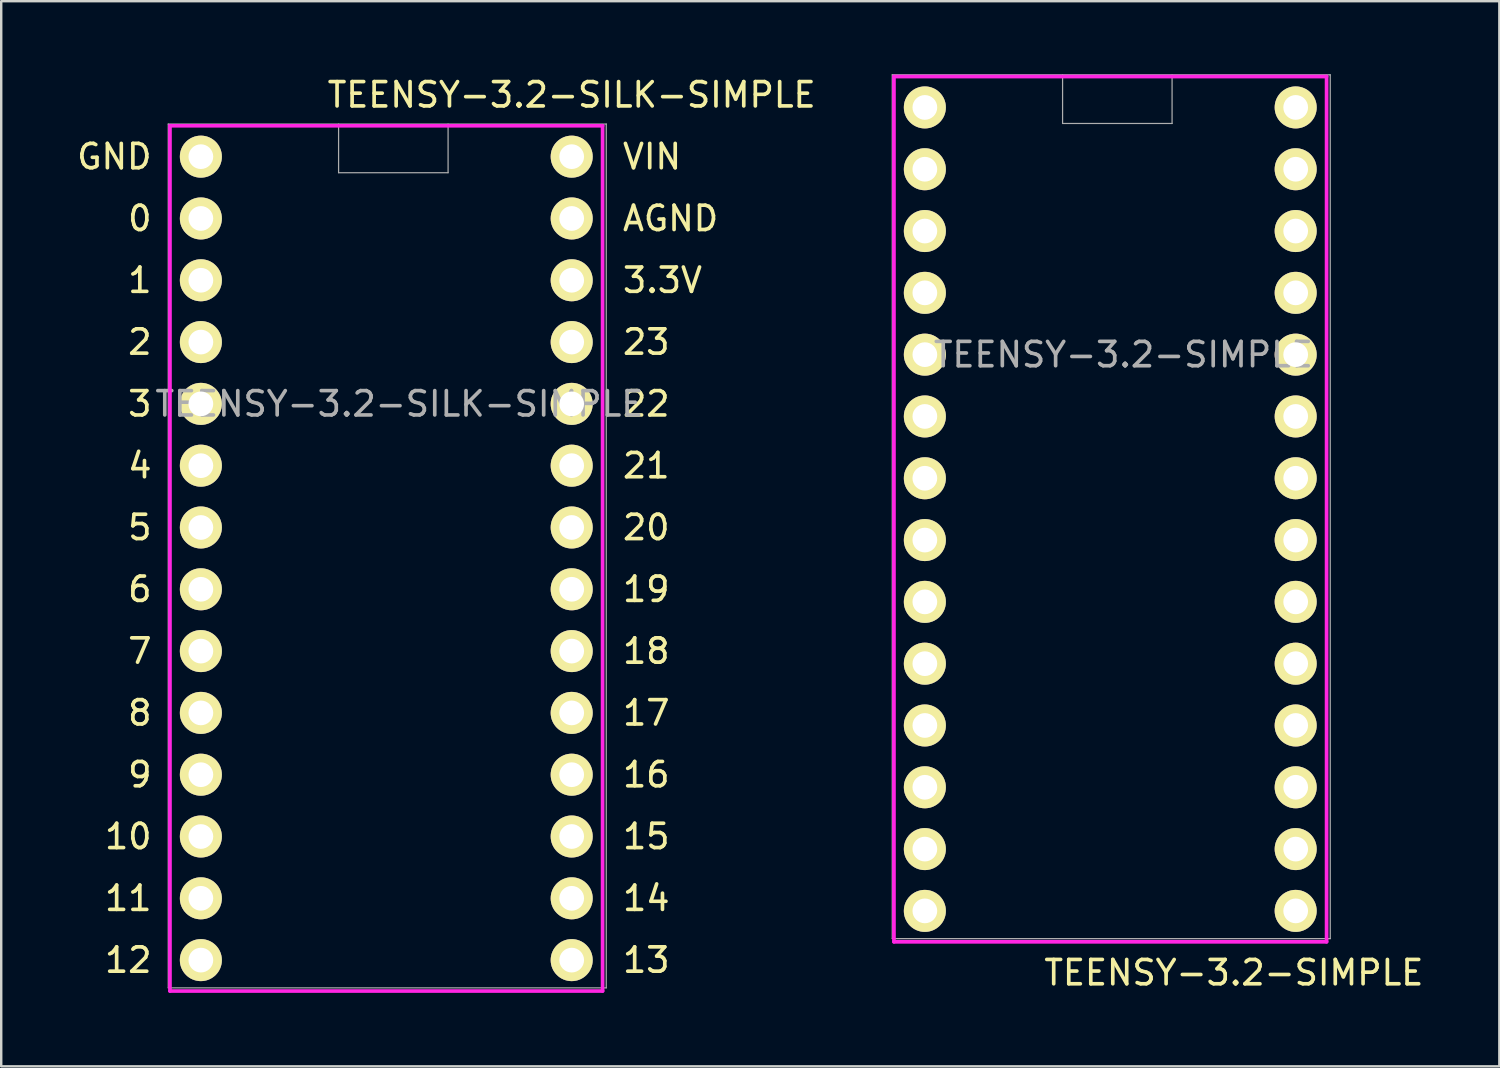
<source format=kicad_pcb>
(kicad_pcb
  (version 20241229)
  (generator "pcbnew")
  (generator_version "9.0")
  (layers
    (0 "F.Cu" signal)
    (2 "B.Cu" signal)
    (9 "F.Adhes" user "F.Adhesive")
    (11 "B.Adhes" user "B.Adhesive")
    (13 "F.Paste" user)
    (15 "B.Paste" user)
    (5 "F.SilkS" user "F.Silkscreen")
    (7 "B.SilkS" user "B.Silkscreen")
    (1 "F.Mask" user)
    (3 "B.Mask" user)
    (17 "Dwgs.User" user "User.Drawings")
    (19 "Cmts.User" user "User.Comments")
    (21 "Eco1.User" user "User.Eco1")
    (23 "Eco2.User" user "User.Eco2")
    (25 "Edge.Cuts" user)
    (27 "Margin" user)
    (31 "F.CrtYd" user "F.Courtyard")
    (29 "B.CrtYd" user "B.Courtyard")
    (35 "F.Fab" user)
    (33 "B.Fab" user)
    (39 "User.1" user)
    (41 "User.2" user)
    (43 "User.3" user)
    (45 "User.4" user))
  (footprint "TEENSY-3.2-SILK-SIMPLE"
    (layer "F.Cu")
    (at 15.365 13.548)
    (property "Reference" "TEENSY-3.2-SILK-SIMPLE" (at -2 0 0) (layer "F.Fab") (effects (font (size 1 1) (thickness 0.15))))
    (attr through_hole)
    (fp_line (start -11.43 -11.43) (end -11.43 24.13) (stroke (width 0.152) (type solid)) (layer "F.CrtYd"))
    (fp_line (start -11.43 24.13) (end 6.35 24.13) (stroke (width 0.152) (type solid)) (layer "F.CrtYd"))
    (fp_line (start 6.35 -11.43) (end -11.43 -11.43) (stroke (width 0.152) (type solid)) (layer "F.CrtYd"))
    (fp_line (start 6.35 24.13) (end 6.35 -11.43) (stroke (width 0.152) (type solid)) (layer "F.CrtYd"))
    (fp_line (start -11.5 -11.5) (end -11.5 24) (stroke (width 0.05) (type solid)) (layer "F.Fab"))
    (fp_line (start -11.5 24) (end 6.5 24) (stroke (width 0.05) (type solid)) (layer "F.Fab"))
    (fp_line (start -4.5 -11.5) (end -4.5 -9.5) (stroke (width 0.05) (type solid)) (layer "F.Fab"))
    (fp_line (start -4.5 -9.5) (end 0 -9.5) (stroke (width 0.05) (type solid)) (layer "F.Fab"))
    (fp_line (start 0 -9.5) (end 0 -11.5) (stroke (width 0.05) (type solid)) (layer "F.Fab"))
    (fp_line (start 6.5 -11.5) (end -11.5 -11.5) (stroke (width 0.05) (type solid)) (layer "F.Fab"))
    (fp_line (start 6.5 24) (end 6.5 -11.5) (stroke (width 0.05) (type solid)) (layer "F.Fab"))
    (fp_text user "${REFERENCE}" (at 5.08 -12.7 0) (layer "F.SilkS") (effects (font (size 1 1) (thickness 0.15))))
    (fp_text user "10" (at -13.145 17.78 0) (layer "F.SilkS") (effects (font (size 1 1) (thickness 0.15))))
    (fp_text user "18" (at 8.144 10.16 0) (layer "F.SilkS") (effects (font (size 1 1) (thickness 0.15))))
    (fp_text user "13" (at 8.144 22.86 0) (layer "F.SilkS") (effects (font (size 1 1) (thickness 0.15))))
    (fp_text user "19" (at 8.144 7.62 0) (layer "F.SilkS") (effects (font (size 1 1) (thickness 0.15))))
    (fp_text user "3.3V" (at 8.811 -5.08 0) (layer "F.SilkS") (effects (font (size 1 1) (thickness 0.15))))
    (fp_text user "2" (at -12.668 -2.54 0) (layer "F.SilkS") (effects (font (size 1 1) (thickness 0.15))))
    (fp_text user "21" (at 8.144 2.54 0) (layer "F.SilkS") (effects (font (size 1 1) (thickness 0.15))))
    (fp_text user "20" (at 8.144 5.08 0) (layer "F.SilkS") (effects (font (size 1 1) (thickness 0.15))))
    (fp_text user "3" (at -12.668 0 0) (layer "F.SilkS") (effects (font (size 1 1) (thickness 0.15))))
    (fp_text user "1" (at -12.668 -5.08 0) (layer "F.SilkS") (effects (font (size 1 1) (thickness 0.15))))
    (fp_text user "17" (at 8.144 12.7 0) (layer "F.SilkS") (effects (font (size 1 1) (thickness 0.15))))
    (fp_text user "23" (at 8.144 -2.54 0) (layer "F.SilkS") (effects (font (size 1 1) (thickness 0.15))))
    (fp_text user "8" (at -12.668 12.7 0) (layer "F.SilkS") (effects (font (size 1 1) (thickness 0.15))))
    (fp_text user "16" (at 8.144 15.24 0) (layer "F.SilkS") (effects (font (size 1 1) (thickness 0.15))))
    (fp_text user "4" (at -12.668 2.54 0) (layer "F.SilkS") (effects (font (size 1 1) (thickness 0.15))))
    (fp_text user "6" (at -12.668 7.62 0) (layer "F.SilkS") (effects (font (size 1 1) (thickness 0.15))))
    (fp_text user "14" (at 8.144 20.32 0) (layer "F.SilkS") (effects (font (size 1 1) (thickness 0.15))))
    (fp_text user "GND" (at -13.716 -10.16 0) (layer "F.SilkS") (effects (font (size 1 1) (thickness 0.15))))
    (fp_text user "VIN" (at 8.382 -10.16 0) (layer "F.SilkS") (effects (font (size 1 1) (thickness 0.15))))
    (fp_text user "0" (at -12.668 -7.62 0) (layer "F.SilkS") (effects (font (size 1 1) (thickness 0.15))))
    (fp_text user "12" (at -13.145 22.86 0) (layer "F.SilkS") (effects (font (size 1 1) (thickness 0.15))))
    (fp_text user "5" (at -12.668 5.08 0) (layer "F.SilkS") (effects (font (size 1 1) (thickness 0.15))))
    (fp_text user "15" (at 8.144 17.78 0) (layer "F.SilkS") (effects (font (size 1 1) (thickness 0.15))))
    (fp_text user "11" (at -13.145 20.32 0) (layer "F.SilkS") (effects (font (size 1 1) (thickness 0.15))))
    (fp_text user "22" (at 8.144 0 0) (layer "F.SilkS") (effects (font (size 1 1) (thickness 0.15))))
    (fp_text user "AGND" (at 9.144 -7.62 0) (layer "F.SilkS") (effects (font (size 1 1) (thickness 0.15))))
    (fp_text user "7" (at -12.668 10.16 0) (layer "F.SilkS") (effects (font (size 1 1) (thickness 0.15))))
    (fp_text user "9" (at -12.668 15.24 0) (layer "F.SilkS") (effects (font (size 1 1) (thickness 0.15))))
    (pad "0" thru_hole circle (at -10.16 -7.62) (size 1.727 1.727) (drill 1.016) (layers "*.Cu" "*.Mask" "F.SilkS"))
    (pad "1" thru_hole circle (at -10.16 -5.08) (size 1.727 1.727) (drill 1.016) (layers "*.Cu" "*.Mask" "F.SilkS"))
    (pad "2" thru_hole circle (at -10.16 -2.54) (size 1.727 1.727) (drill 1.016) (layers "*.Cu" "*.Mask" "F.SilkS"))
    (pad "3" thru_hole circle (at -10.16 0) (size 1.727 1.727) (drill 1.016) (layers "*.Cu" "*.Mask" "F.SilkS"))
    (pad "3V2" thru_hole circle (at 5.08 -5.08) (size 1.727 1.727) (drill 1.016) (layers "*.Cu" "*.Mask" "F.SilkS"))
    (pad "4" thru_hole circle (at -10.16 2.54) (size 1.727 1.727) (drill 1.016) (layers "*.Cu" "*.Mask" "F.SilkS"))
    (pad "5" thru_hole circle (at -10.16 5.08) (size 1.727 1.727) (drill 1.016) (layers "*.Cu" "*.Mask" "F.SilkS"))
    (pad "6" thru_hole circle (at -10.16 7.62) (size 1.727 1.727) (drill 1.016) (layers "*.Cu" "*.Mask" "F.SilkS"))
    (pad "7" thru_hole circle (at -10.16 10.16) (size 1.727 1.727) (drill 1.016) (layers "*.Cu" "*.Mask" "F.SilkS"))
    (pad "8" thru_hole circle (at -10.16 12.7) (size 1.727 1.727) (drill 1.016) (layers "*.Cu" "*.Mask" "F.SilkS"))
    (pad "9" thru_hole circle (at -10.16 15.24) (size 1.727 1.727) (drill 1.016) (layers "*.Cu" "*.Mask" "F.SilkS"))
    (pad "10" thru_hole circle (at -10.16 17.78) (size 1.727 1.727) (drill 1.016) (layers "*.Cu" "*.Mask" "F.SilkS"))
    (pad "11" thru_hole circle (at -10.16 20.32) (size 1.727 1.727) (drill 1.016) (layers "*.Cu" "*.Mask" "F.SilkS"))
    (pad "12" thru_hole circle (at -10.16 22.86) (size 1.727 1.727) (drill 1.016) (layers "*.Cu" "*.Mask" "F.SilkS"))
    (pad "13" thru_hole circle (at 5.08 22.86) (size 1.727 1.727) (drill 1.016) (layers "*.Cu" "*.Mask" "F.SilkS"))
    (pad "14" thru_hole circle (at 5.08 20.32) (size 1.727 1.727) (drill 1.016) (layers "*.Cu" "*.Mask" "F.SilkS"))
    (pad "15" thru_hole circle (at 5.08 17.78) (size 1.727 1.727) (drill 1.016) (layers "*.Cu" "*.Mask" "F.SilkS"))
    (pad "16" thru_hole circle (at 5.08 15.24) (size 1.727 1.727) (drill 1.016) (layers "*.Cu" "*.Mask" "F.SilkS"))
    (pad "17" thru_hole circle (at 5.08 12.7) (size 1.727 1.727) (drill 1.016) (layers "*.Cu" "*.Mask" "F.SilkS"))
    (pad "18" thru_hole circle (at 5.08 10.16) (size 1.727 1.727) (drill 1.016) (layers "*.Cu" "*.Mask" "F.SilkS"))
    (pad "19" thru_hole circle (at 5.08 7.62) (size 1.727 1.727) (drill 1.016) (layers "*.Cu" "*.Mask" "F.SilkS"))
    (pad "20" thru_hole circle (at 5.08 5.08) (size 1.727 1.727) (drill 1.016) (layers "*.Cu" "*.Mask" "F.SilkS"))
    (pad "21" thru_hole circle (at 5.08 2.54) (size 1.727 1.727) (drill 1.016) (layers "*.Cu" "*.Mask" "F.SilkS"))
    (pad "22" thru_hole circle (at 5.08 0) (size 1.727 1.727) (drill 1.016) (layers "*.Cu" "*.Mask" "F.SilkS"))
    (pad "23" thru_hole circle (at 5.08 -2.54) (size 1.727 1.727) (drill 1.016) (layers "*.Cu" "*.Mask" "F.SilkS"))
    (pad "AG" thru_hole circle (at 5.08 -7.62) (size 1.727 1.727) (drill 1.016) (layers "*.Cu" "*.Mask" "F.SilkS"))
    (pad "G1" thru_hole circle (at -10.16 -10.16) (size 1.727 1.727) (drill 1.016) (layers "*.Cu" "*.Mask" "F.SilkS"))
    (pad "VIN" thru_hole circle (at 5.08 -10.16) (size 1.727 1.727) (drill 1.016) (layers "*.Cu" "*.Mask" "F.SilkS")))
  (footprint "TEENSY-3.2-SIMPLE"
    (layer "F.Cu")
    (at 45.119 11.525)
    (property "Reference" "TEENSY-3.2-SIMPLE" (at -2 0 0) (layer "F.Fab") (effects (font (size 1 1) (thickness 0.15))))
    (attr through_hole)
    (fp_line (start -11.43 -11.43) (end -11.43 24.13) (stroke (width 0.152) (type solid)) (layer "F.CrtYd"))
    (fp_line (start -11.43 24.13) (end 6.35 24.13) (stroke (width 0.152) (type solid)) (layer "F.CrtYd"))
    (fp_line (start 6.35 -11.43) (end -11.43 -11.43) (stroke (width 0.152) (type solid)) (layer "F.CrtYd"))
    (fp_line (start 6.35 24.13) (end 6.35 -11.43) (stroke (width 0.152) (type solid)) (layer "F.CrtYd"))
    (fp_line (start -11.5 -11.5) (end -11.5 24) (stroke (width 0.05) (type solid)) (layer "F.Fab"))
    (fp_line (start -11.5 24) (end 6.5 24) (stroke (width 0.05) (type solid)) (layer "F.Fab"))
    (fp_line (start -4.5 -11.5) (end -4.5 -9.5) (stroke (width 0.05) (type solid)) (layer "F.Fab"))
    (fp_line (start -4.5 -9.5) (end 0 -9.5) (stroke (width 0.05) (type solid)) (layer "F.Fab"))
    (fp_line (start 0 -9.5) (end 0 -11.5) (stroke (width 0.05) (type solid)) (layer "F.Fab"))
    (fp_line (start 6.5 -11.5) (end -11.5 -11.5) (stroke (width 0.05) (type solid)) (layer "F.Fab"))
    (fp_line (start 6.5 24) (end 6.5 -11.5) (stroke (width 0.05) (type solid)) (layer "F.Fab"))
    (fp_text user "${REFERENCE}" (at 2.54 25.4 0) (layer "F.SilkS") (effects (font (size 1 1) (thickness 0.15))))
    (pad "0" thru_hole circle (at -10.16 -7.62) (size 1.727 1.727) (drill 1.016) (layers "*.Cu" "*.Mask" "F.SilkS"))
    (pad "1" thru_hole circle (at -10.16 -5.08) (size 1.727 1.727) (drill 1.016) (layers "*.Cu" "*.Mask" "F.SilkS"))
    (pad "2" thru_hole circle (at -10.16 -2.54) (size 1.727 1.727) (drill 1.016) (layers "*.Cu" "*.Mask" "F.SilkS"))
    (pad "3" thru_hole circle (at -10.16 0) (size 1.727 1.727) (drill 1.016) (layers "*.Cu" "*.Mask" "F.SilkS"))
    (pad "3V2" thru_hole circle (at 5.08 -5.08) (size 1.727 1.727) (drill 1.016) (layers "*.Cu" "*.Mask" "F.SilkS"))
    (pad "4" thru_hole circle (at -10.16 2.54) (size 1.727 1.727) (drill 1.016) (layers "*.Cu" "*.Mask" "F.SilkS"))
    (pad "5" thru_hole circle (at -10.16 5.08) (size 1.727 1.727) (drill 1.016) (layers "*.Cu" "*.Mask" "F.SilkS"))
    (pad "6" thru_hole circle (at -10.16 7.62) (size 1.727 1.727) (drill 1.016) (layers "*.Cu" "*.Mask" "F.SilkS"))
    (pad "7" thru_hole circle (at -10.16 10.16) (size 1.727 1.727) (drill 1.016) (layers "*.Cu" "*.Mask" "F.SilkS"))
    (pad "8" thru_hole circle (at -10.16 12.7) (size 1.727 1.727) (drill 1.016) (layers "*.Cu" "*.Mask" "F.SilkS"))
    (pad "9" thru_hole circle (at -10.16 15.24) (size 1.727 1.727) (drill 1.016) (layers "*.Cu" "*.Mask" "F.SilkS"))
    (pad "10" thru_hole circle (at -10.16 17.78) (size 1.727 1.727) (drill 1.016) (layers "*.Cu" "*.Mask" "F.SilkS"))
    (pad "11" thru_hole circle (at -10.16 20.32) (size 1.727 1.727) (drill 1.016) (layers "*.Cu" "*.Mask" "F.SilkS"))
    (pad "12" thru_hole circle (at -10.16 22.86) (size 1.727 1.727) (drill 1.016) (layers "*.Cu" "*.Mask" "F.SilkS"))
    (pad "13" thru_hole circle (at 5.08 22.86) (size 1.727 1.727) (drill 1.016) (layers "*.Cu" "*.Mask" "F.SilkS"))
    (pad "14" thru_hole circle (at 5.08 20.32) (size 1.727 1.727) (drill 1.016) (layers "*.Cu" "*.Mask" "F.SilkS"))
    (pad "15" thru_hole circle (at 5.08 17.78) (size 1.727 1.727) (drill 1.016) (layers "*.Cu" "*.Mask" "F.SilkS"))
    (pad "16" thru_hole circle (at 5.08 15.24) (size 1.727 1.727) (drill 1.016) (layers "*.Cu" "*.Mask" "F.SilkS"))
    (pad "17" thru_hole circle (at 5.08 12.7) (size 1.727 1.727) (drill 1.016) (layers "*.Cu" "*.Mask" "F.SilkS"))
    (pad "18" thru_hole circle (at 5.08 10.16) (size 1.727 1.727) (drill 1.016) (layers "*.Cu" "*.Mask" "F.SilkS"))
    (pad "19" thru_hole circle (at 5.08 7.62) (size 1.727 1.727) (drill 1.016) (layers "*.Cu" "*.Mask" "F.SilkS"))
    (pad "20" thru_hole circle (at 5.08 5.08) (size 1.727 1.727) (drill 1.016) (layers "*.Cu" "*.Mask" "F.SilkS"))
    (pad "21" thru_hole circle (at 5.08 2.54) (size 1.727 1.727) (drill 1.016) (layers "*.Cu" "*.Mask" "F.SilkS"))
    (pad "22" thru_hole circle (at 5.08 0) (size 1.727 1.727) (drill 1.016) (layers "*.Cu" "*.Mask" "F.SilkS"))
    (pad "23" thru_hole circle (at 5.08 -2.54) (size 1.727 1.727) (drill 1.016) (layers "*.Cu" "*.Mask" "F.SilkS"))
    (pad "AG" thru_hole circle (at 5.08 -7.62) (size 1.727 1.727) (drill 1.016) (layers "*.Cu" "*.Mask" "F.SilkS"))
    (pad "G1" thru_hole circle (at -10.16 -10.16) (size 1.727 1.727) (drill 1.016) (layers "*.Cu" "*.Mask" "F.SilkS"))
    (pad "VIN" thru_hole circle (at 5.08 -10.16) (size 1.727 1.727) (drill 1.016) (layers "*.Cu" "*.Mask" "F.SilkS")))
  (gr_rect
    (start -3 -3)
    (end 58.569 40.773)
    (stroke (width 0.1) (type default))
    (fill no)
    (layer "Edge.Cuts")))
</source>
